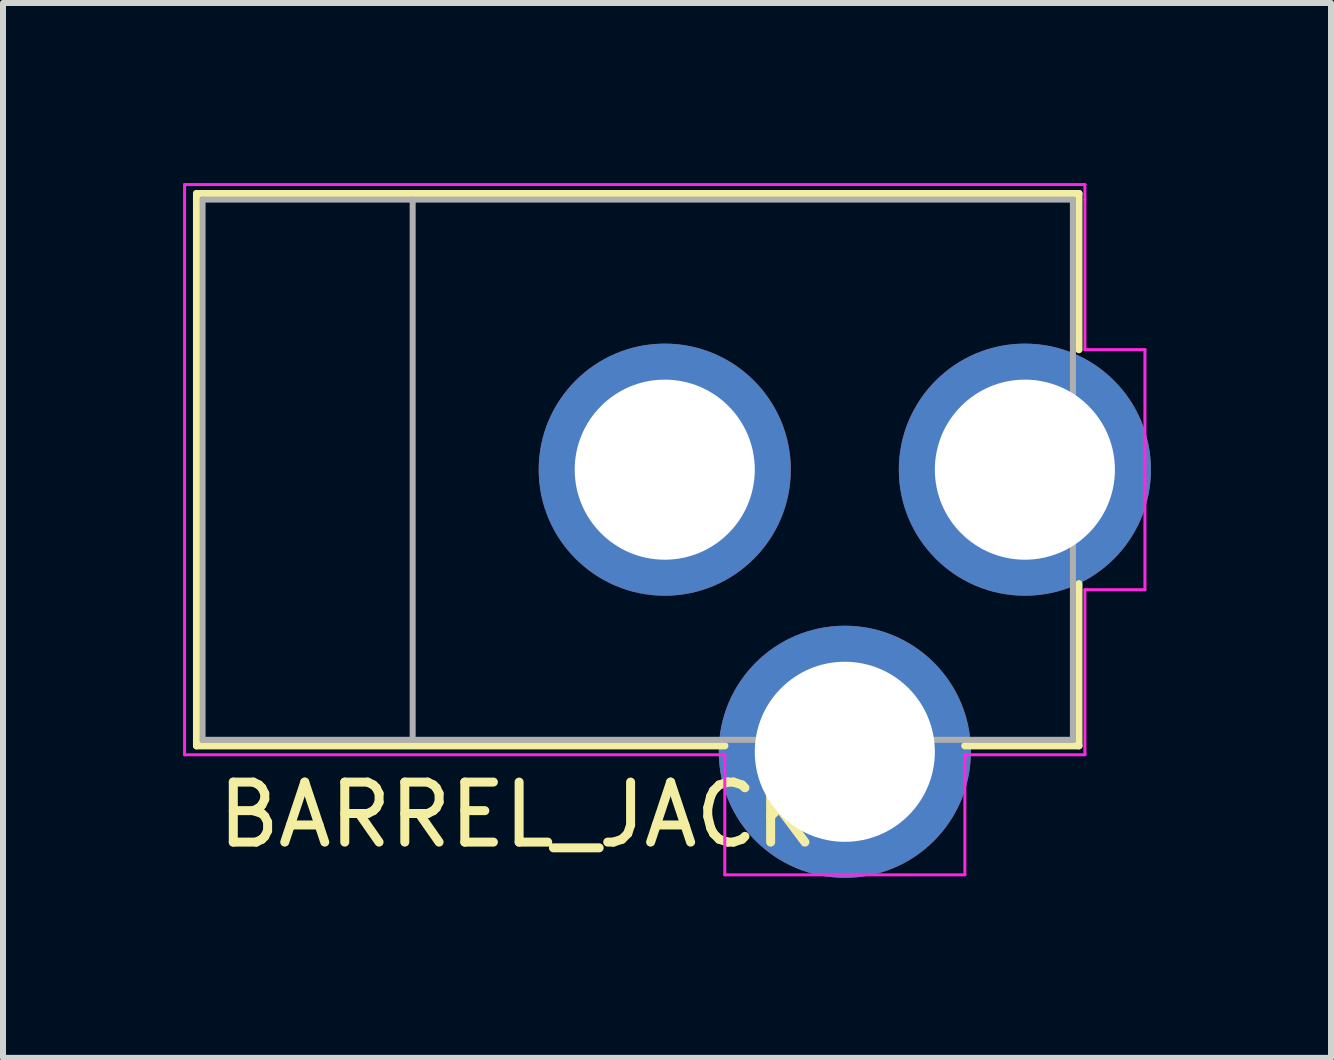
<source format=kicad_pcb>
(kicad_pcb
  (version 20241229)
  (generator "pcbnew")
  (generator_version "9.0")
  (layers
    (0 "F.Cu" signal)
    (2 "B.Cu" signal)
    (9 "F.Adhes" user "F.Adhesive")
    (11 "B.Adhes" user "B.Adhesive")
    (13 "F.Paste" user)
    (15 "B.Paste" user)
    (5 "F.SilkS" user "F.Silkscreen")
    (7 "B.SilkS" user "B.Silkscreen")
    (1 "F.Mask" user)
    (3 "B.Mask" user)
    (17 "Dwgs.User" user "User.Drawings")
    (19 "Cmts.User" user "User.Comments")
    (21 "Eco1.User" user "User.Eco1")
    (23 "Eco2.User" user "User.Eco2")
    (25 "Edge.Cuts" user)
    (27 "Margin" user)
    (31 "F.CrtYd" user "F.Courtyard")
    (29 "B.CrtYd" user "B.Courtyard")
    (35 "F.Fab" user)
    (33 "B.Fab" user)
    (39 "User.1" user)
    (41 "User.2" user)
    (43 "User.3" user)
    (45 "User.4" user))
  (footprint "BARREL_JACK"
    (layer "F.Cu")
    (at 14.025 4.775)
    (property "Reference" "BARREL_JACK" (at -8.45 5.75 180) (layer "F.SilkS") (effects (font (size 1 1) (thickness 0.15))))
    (attr through_hole)
    (fp_line (start -13.8 -4.6) (end 0.9 -4.6) (stroke (width 0.12) (type solid)) (layer "F.SilkS"))
    (fp_line (start -13.8 4.6) (end -13.8 -4.6) (stroke (width 0.12) (type solid)) (layer "F.SilkS"))
    (fp_line (start -5 4.6) (end -13.8 4.6) (stroke (width 0.12) (type solid)) (layer "F.SilkS"))
    (fp_line (start 0.9 -4.6) (end 0.9 -2) (stroke (width 0.12) (type solid)) (layer "F.SilkS"))
    (fp_line (start 0.9 1.9) (end 0.9 4.6) (stroke (width 0.12) (type solid)) (layer "F.SilkS"))
    (fp_line (start 0.9 4.6) (end -1 4.6) (stroke (width 0.12) (type solid)) (layer "F.SilkS"))
    (fp_line (start -14 4.75) (end -14 -4.75) (stroke (width 0.05) (type solid)) (layer "F.CrtYd"))
    (fp_line (start -5 4.75) (end -14 4.75) (stroke (width 0.05) (type solid)) (layer "F.CrtYd"))
    (fp_line (start -5 6.75) (end -5 4.75) (stroke (width 0.05) (type solid)) (layer "F.CrtYd"))
    (fp_line (start -1 4.75) (end -1 6.75) (stroke (width 0.05) (type solid)) (layer "F.CrtYd"))
    (fp_line (start -1 6.75) (end -5 6.75) (stroke (width 0.05) (type solid)) (layer "F.CrtYd"))
    (fp_line (start 1 -4.75) (end -14 -4.75) (stroke (width 0.05) (type solid)) (layer "F.CrtYd"))
    (fp_line (start 1 -4.5) (end 1 -4.75) (stroke (width 0.05) (type solid)) (layer "F.CrtYd"))
    (fp_line (start 1 -4.5) (end 1 -2) (stroke (width 0.05) (type solid)) (layer "F.CrtYd"))
    (fp_line (start 1 -2) (end 2 -2) (stroke (width 0.05) (type solid)) (layer "F.CrtYd"))
    (fp_line (start 1 2) (end 1 4.75) (stroke (width 0.05) (type solid)) (layer "F.CrtYd"))
    (fp_line (start 1 4.75) (end -1 4.75) (stroke (width 0.05) (type solid)) (layer "F.CrtYd"))
    (fp_line (start 2 -2) (end 2 2) (stroke (width 0.05) (type solid)) (layer "F.CrtYd"))
    (fp_line (start 2 2) (end 1 2) (stroke (width 0.05) (type solid)) (layer "F.CrtYd"))
    (fp_line (start -13.7 -4.5) (end -13.7 4.5) (stroke (width 0.1) (type solid)) (layer "F.Fab"))
    (fp_line (start -13.7 4.5) (end 0.8 4.5) (stroke (width 0.1) (type solid)) (layer "F.Fab"))
    (fp_line (start -10.2 -4.5) (end -10.2 4.5) (stroke (width 0.1) (type solid)) (layer "F.Fab"))
    (fp_line (start 0.8 -4.5) (end -13.7 -4.5) (stroke (width 0.1) (type solid)) (layer "F.Fab"))
    (fp_line (start 0.8 4.5) (end 0.8 -4.5) (stroke (width 0.1) (type solid)) (layer "F.Fab"))
    (pad "1" thru_hole circle (at 0 0) (size 4.2 4.2) (drill 3) (layers "*.Cu" "*.Mask"))
    (pad "2" thru_hole circle (at -6 0) (size 4.2 4.2) (drill 3) (layers "*.Cu" "*.Mask"))
    (pad "3" thru_hole circle (at -3 4.7) (size 4.2 4.2) (drill 3) (layers "*.Cu" "*.Mask")))
  (gr_rect
    (start -3 -3)
    (end 19.125 14.575)
    (stroke (width 0.1) (type default))
    (fill no)
    (layer "Edge.Cuts")))
</source>
